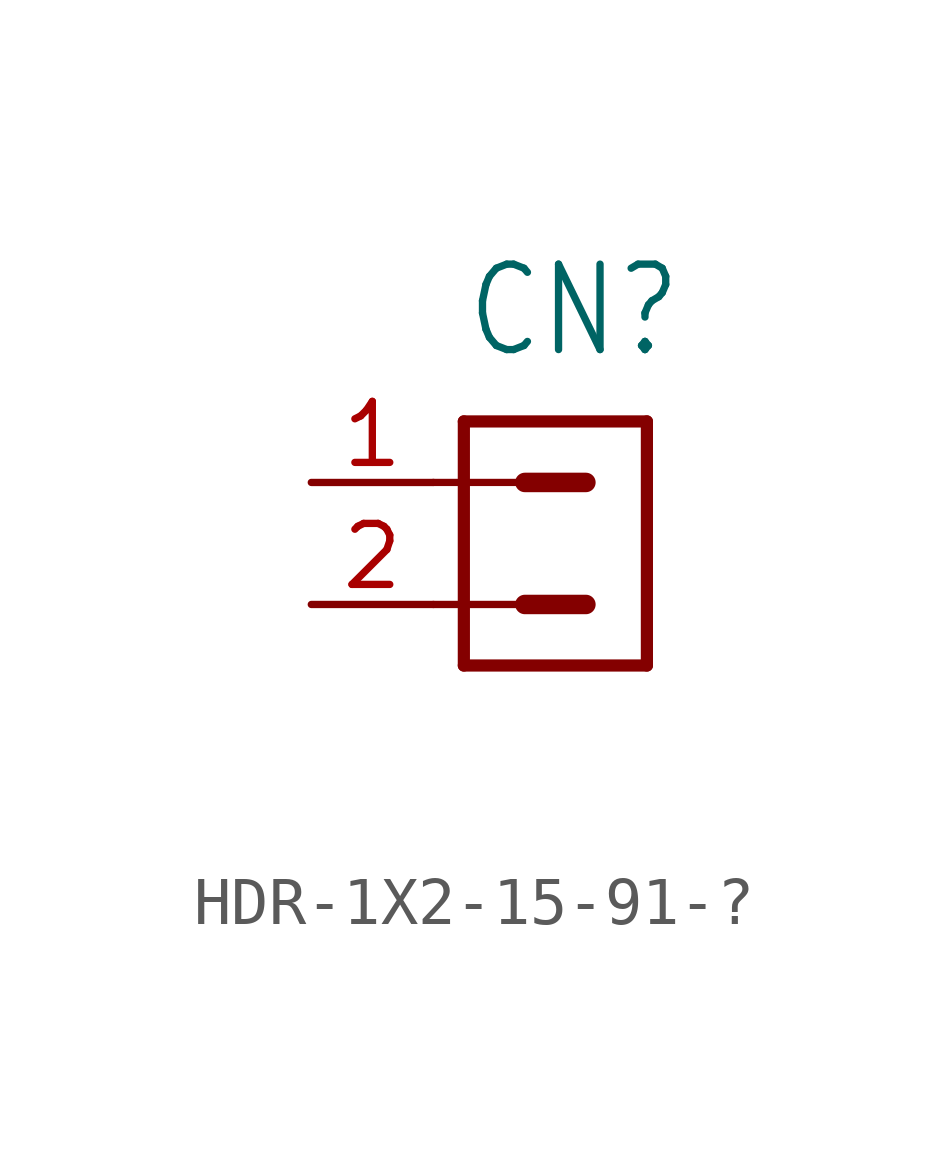
<source format=kicad_sym>
(kicad_symbol_lib
  (version 20220914)
  (generator kicad_symbol_editor)
  (symbol "HDR-1X2-15-91-?"
    (property "Reference" "CN"
      (at -1.905 2.54 0)
      (effects (font (size 1.778 1.511)) (justify left bottom)))
    (property "Value" ""
      (at -1.905 -6.668 0)
      (effects (font (size 1.778 1.511)) (justify left bottom)))
    (property "ki_locked" ""
      (at 0 0 0)
      (effects (font (size 1.27 1.27))))
    (symbol "HDR-1X2-15-91-?_1_0"
      (polyline (pts (xy -2.54 -2.54) (xy -0.635 -2.54)) (stroke (width 0.152) (type solid)) (fill (type none)))
      (polyline (pts (xy -2.54 0) (xy -0.635 0)) (stroke (width 0.152) (type solid)) (fill (type none)))
      (polyline (pts (xy -1.905 -3.81) (xy -1.905 1.27)) (stroke (width 0.254) (type solid)) (fill (type none)))
      (polyline (pts (xy -1.905 -3.81) (xy 1.905 -3.81)) (stroke (width 0.254) (type solid)) (fill (type none)))
      (polyline (pts (xy -0.635 -2.54) (xy 0.635 -2.54)) (stroke (width 0.406) (type solid)) (fill (type none)))
      (polyline (pts (xy -0.635 0) (xy 0.635 0)) (stroke (width 0.406) (type solid)) (fill (type none)))
      (polyline (pts (xy 1.905 1.27) (xy -1.905 1.27)) (stroke (width 0.254) (type solid)) (fill (type none)))
      (polyline (pts (xy 1.905 1.27) (xy 1.905 -3.81)) (stroke (width 0.254) (type solid)) (fill (type none)))
      (pin passive line (at -5.08 0 0) (length 2.54) (name "1" (effects (font (size 0 0)))) (number "1" (effects (font (size 1.27 1.27)))))
      (pin passive line (at -5.08 -2.54 0) (length 2.54) (name "2" (effects (font (size 0 0)))) (number "2" (effects (font (size 1.27 1.27))))))))
</source>
